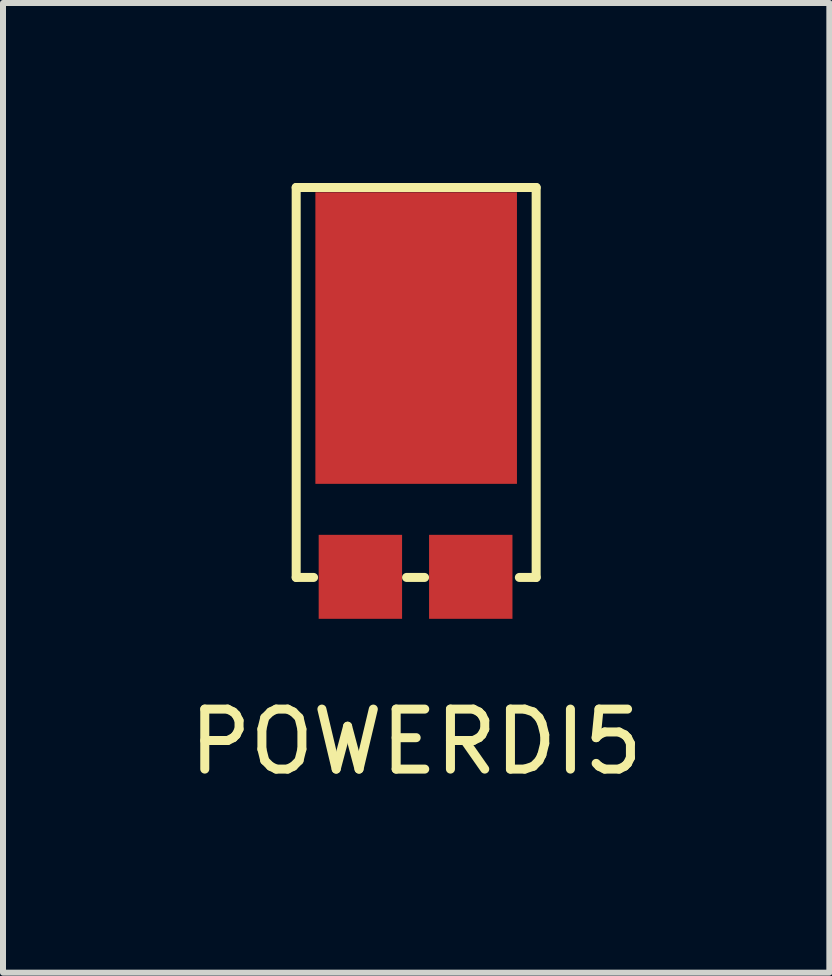
<source format=kicad_pcb>
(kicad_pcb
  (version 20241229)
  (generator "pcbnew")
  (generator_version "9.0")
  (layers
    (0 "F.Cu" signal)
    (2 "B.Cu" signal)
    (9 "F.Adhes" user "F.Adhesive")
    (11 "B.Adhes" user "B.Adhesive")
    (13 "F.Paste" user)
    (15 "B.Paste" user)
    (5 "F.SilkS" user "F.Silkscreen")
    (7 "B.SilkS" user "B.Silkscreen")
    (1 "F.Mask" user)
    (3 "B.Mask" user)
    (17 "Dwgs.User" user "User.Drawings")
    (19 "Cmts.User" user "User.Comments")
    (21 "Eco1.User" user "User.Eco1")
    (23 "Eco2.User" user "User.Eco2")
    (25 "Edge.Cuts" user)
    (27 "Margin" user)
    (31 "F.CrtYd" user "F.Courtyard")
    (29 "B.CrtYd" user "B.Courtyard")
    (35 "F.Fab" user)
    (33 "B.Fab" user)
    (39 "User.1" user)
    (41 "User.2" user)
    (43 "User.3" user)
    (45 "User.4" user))
  (footprint "POWERDI5"
    (layer "F.Cu")
    (at 3.887 2.505)
    (property "Reference" "POWERDI5" (at 0 6.81 0) (layer "F.SilkS") (effects (font (size 1 1) (thickness 0.15))))
    (attr through_hole)
    (fp_line (start -2 -2.43) (end -2 4.07) (stroke (width 0.15) (type solid)) (layer "F.SilkS"))
    (fp_line (start -2 4.07) (end -1.71 4.07) (stroke (width 0.15) (type solid)) (layer "F.SilkS"))
    (fp_line (start -0.16 4.07) (end 0.14 4.07) (stroke (width 0.15) (type solid)) (layer "F.SilkS"))
    (fp_line (start 1.72 4.07) (end 2 4.07) (stroke (width 0.15) (type solid)) (layer "F.SilkS"))
    (fp_line (start 2 -2.43) (end -2 -2.43) (stroke (width 0.15) (type solid)) (layer "F.SilkS"))
    (fp_line (start 2 4.07) (end 2 -2.43) (stroke (width 0.15) (type solid)) (layer "F.SilkS"))
    (pad "1" smd rect (at 0 0.08) (size 3.36 4.86) (layers "F.Cu" "F.Mask" "F.Paste"))
    (pad "2" smd rect (at -0.93 4.06) (size 1.39 1.4) (layers "F.Cu" "F.Mask" "F.Paste"))
    (pad "2" smd rect (at 0.91 4.06) (size 1.39 1.4) (layers "F.Cu" "F.Mask" "F.Paste")))
  (gr_rect
    (start -3 -3)
    (end 10.774 13.163)
    (stroke (width 0.1) (type default))
    (fill no)
    (layer "Edge.Cuts")))
</source>
